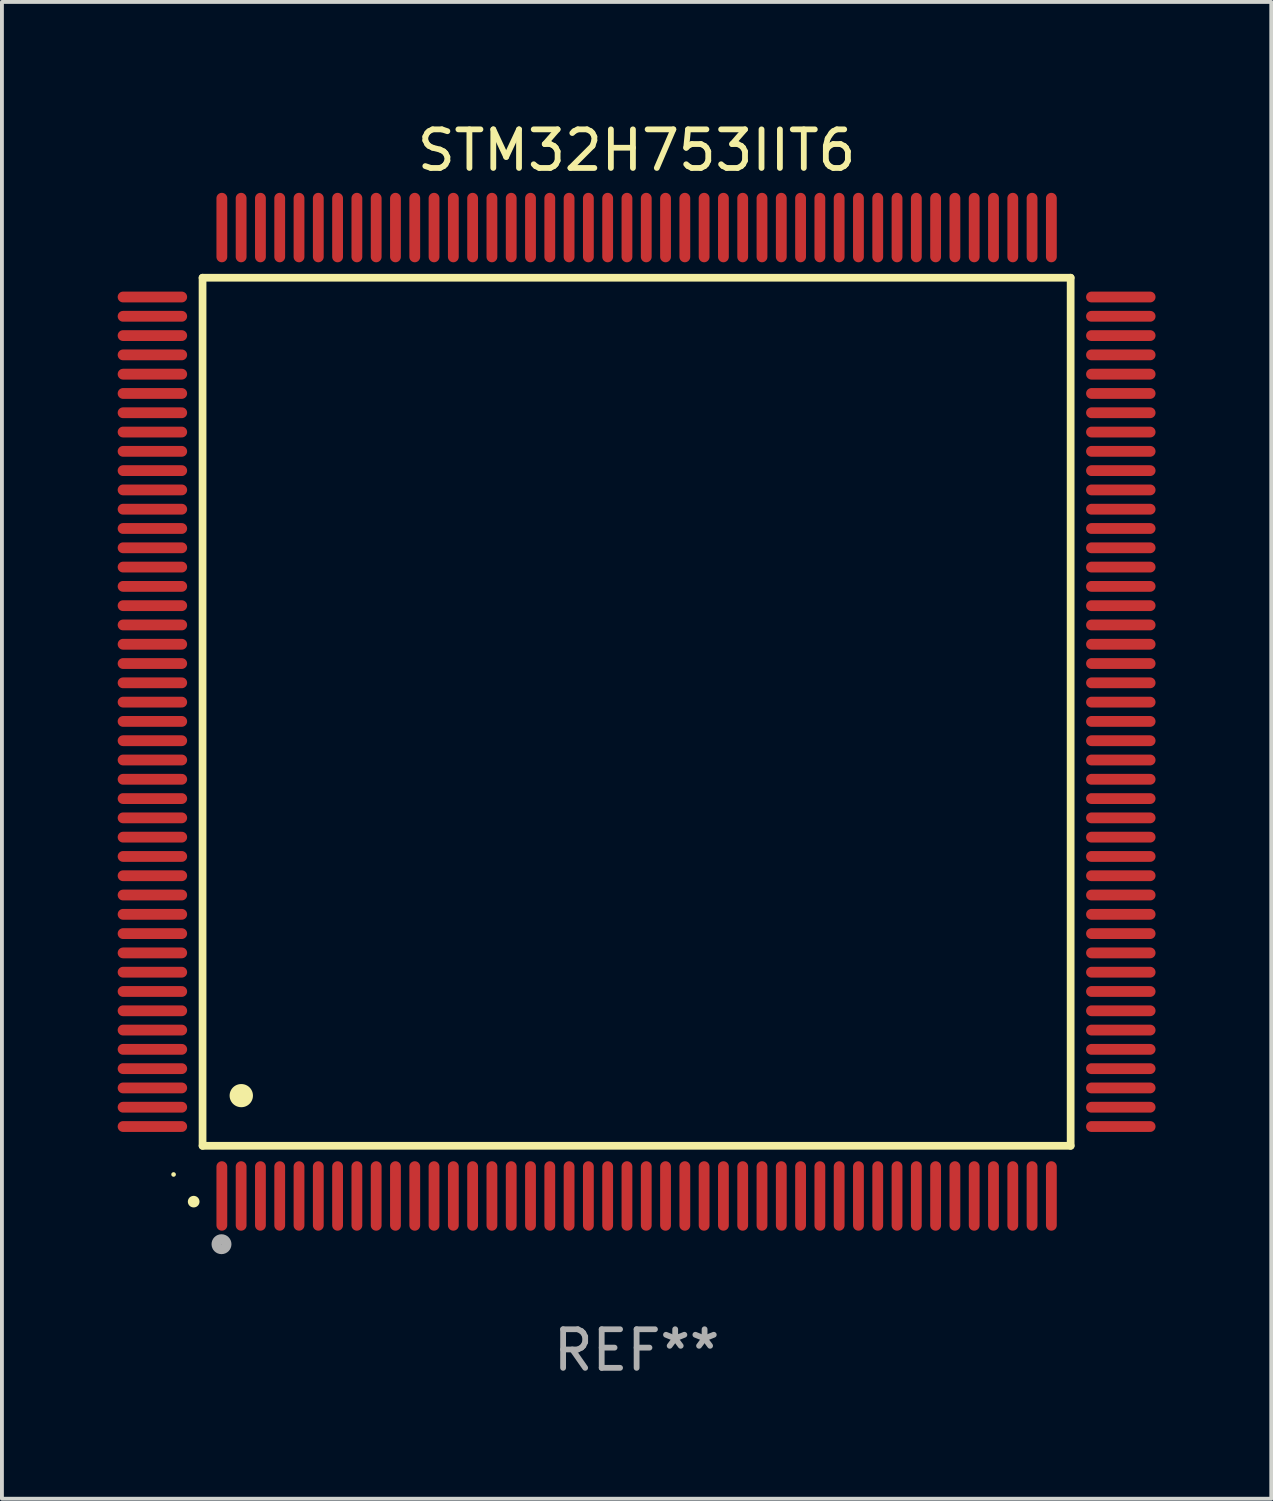
<source format=kicad_pcb>
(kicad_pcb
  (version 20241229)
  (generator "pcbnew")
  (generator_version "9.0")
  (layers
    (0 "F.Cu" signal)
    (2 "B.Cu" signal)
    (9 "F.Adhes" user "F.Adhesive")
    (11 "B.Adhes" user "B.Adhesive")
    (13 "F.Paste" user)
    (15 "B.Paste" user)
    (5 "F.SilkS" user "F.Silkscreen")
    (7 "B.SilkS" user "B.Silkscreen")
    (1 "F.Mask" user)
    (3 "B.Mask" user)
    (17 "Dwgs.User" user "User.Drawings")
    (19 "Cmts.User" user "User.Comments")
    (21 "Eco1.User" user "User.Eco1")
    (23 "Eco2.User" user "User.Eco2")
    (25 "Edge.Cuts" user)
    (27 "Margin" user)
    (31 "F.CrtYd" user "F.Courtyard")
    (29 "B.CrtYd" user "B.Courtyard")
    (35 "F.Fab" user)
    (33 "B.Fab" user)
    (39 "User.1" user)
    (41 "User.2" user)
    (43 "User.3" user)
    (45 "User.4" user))
  (footprint "STM32H753IIT6"
    (layer "F.Cu")
    (at 13.45 15.398)
    (property "Reference" "STM32H753IIT6" (at 0 -14.55 0) (layer "F.SilkS") (effects (font (size 1 1) (thickness 0.15))))
    (attr through_hole)
    (fp_line (start -11.25 -11.25) (end 11.25 -11.25) (stroke (width 0.2) (type solid)) (layer "F.SilkS"))
    (fp_line (start -11.25 11.25) (end -11.25 -11.25) (stroke (width 0.2) (type solid)) (layer "F.SilkS"))
    (fp_line (start 11.25 -11.25) (end 11.25 11.25) (stroke (width 0.2) (type solid)) (layer "F.SilkS"))
    (fp_line (start 11.25 11.25) (end -11.25 11.25) (stroke (width 0.2) (type solid)) (layer "F.SilkS"))
    (fp_arc (start -11.481382 12.697206) (mid -11.480112 12.697201) (end -11.478842 12.697206) (stroke (width 0.3) (type solid)) (layer "F.SilkS"))
    (fp_arc (start -10.24892 9.9492) (mid -10.24638 9.949189) (end -10.24384 9.9492) (stroke (width 0.6) (type solid)) (layer "F.SilkS"))
    (fp_circle (center -12.001 11.993) (end -11.971 11.993) (stroke (width 0.06) (type solid)) (fill no) (layer "F.SilkS"))
    (fp_circle (center -10.759 13.8) (end -10.628 13.8) (stroke (width 0.254) (type solid)) (fill no) (layer "F.Fab"))
    (fp_text user "REF**" (at 0 16.55 0) (layer "F.Fab") (effects (font (size 1 1) (thickness 0.15))))
    (pad "1" smd oval (at -10.75 12.55 180) (size 0.28 1.8) (layers "F.Cu" "F.Mask" "F.Paste"))
    (pad "2" smd oval (at -10.25 12.55 180) (size 0.28 1.8) (layers "F.Cu" "F.Mask" "F.Paste"))
    (pad "3" smd oval (at -9.75 12.55 180) (size 0.28 1.8) (layers "F.Cu" "F.Mask" "F.Paste"))
    (pad "4" smd oval (at -9.25 12.55 180) (size 0.28 1.8) (layers "F.Cu" "F.Mask" "F.Paste"))
    (pad "5" smd oval (at -8.75 12.55 180) (size 0.28 1.8) (layers "F.Cu" "F.Mask" "F.Paste"))
    (pad "6" smd oval (at -8.25 12.55 180) (size 0.28 1.8) (layers "F.Cu" "F.Mask" "F.Paste"))
    (pad "7" smd oval (at -7.75 12.55 180) (size 0.28 1.8) (layers "F.Cu" "F.Mask" "F.Paste"))
    (pad "8" smd oval (at -7.25 12.55 180) (size 0.28 1.8) (layers "F.Cu" "F.Mask" "F.Paste"))
    (pad "9" smd oval (at -6.75 12.55 180) (size 0.28 1.8) (layers "F.Cu" "F.Mask" "F.Paste"))
    (pad "10" smd oval (at -6.25 12.55 180) (size 0.28 1.8) (layers "F.Cu" "F.Mask" "F.Paste"))
    (pad "11" smd oval (at -5.75 12.55 180) (size 0.28 1.8) (layers "F.Cu" "F.Mask" "F.Paste"))
    (pad "12" smd oval (at -5.25 12.55 180) (size 0.28 1.8) (layers "F.Cu" "F.Mask" "F.Paste"))
    (pad "13" smd oval (at -4.75 12.55 180) (size 0.28 1.8) (layers "F.Cu" "F.Mask" "F.Paste"))
    (pad "14" smd oval (at -4.25 12.55 180) (size 0.28 1.8) (layers "F.Cu" "F.Mask" "F.Paste"))
    (pad "15" smd oval (at -3.75 12.55 180) (size 0.28 1.8) (layers "F.Cu" "F.Mask" "F.Paste"))
    (pad "16" smd oval (at -3.25 12.55 180) (size 0.28 1.8) (layers "F.Cu" "F.Mask" "F.Paste"))
    (pad "17" smd oval (at -2.75 12.55 180) (size 0.28 1.8) (layers "F.Cu" "F.Mask" "F.Paste"))
    (pad "18" smd oval (at -2.25 12.55 180) (size 0.28 1.8) (layers "F.Cu" "F.Mask" "F.Paste"))
    (pad "19" smd oval (at -1.75 12.55 180) (size 0.28 1.8) (layers "F.Cu" "F.Mask" "F.Paste"))
    (pad "20" smd oval (at -1.25 12.55 180) (size 0.28 1.8) (layers "F.Cu" "F.Mask" "F.Paste"))
    (pad "21" smd oval (at -0.75 12.55 180) (size 0.28 1.8) (layers "F.Cu" "F.Mask" "F.Paste"))
    (pad "22" smd oval (at -0.25 12.55 180) (size 0.28 1.8) (layers "F.Cu" "F.Mask" "F.Paste"))
    (pad "23" smd oval (at 0.25 12.55 180) (size 0.28 1.8) (layers "F.Cu" "F.Mask" "F.Paste"))
    (pad "24" smd oval (at 0.75 12.55 180) (size 0.28 1.8) (layers "F.Cu" "F.Mask" "F.Paste"))
    (pad "25" smd oval (at 1.25 12.55 180) (size 0.28 1.8) (layers "F.Cu" "F.Mask" "F.Paste"))
    (pad "26" smd oval (at 1.75 12.55 180) (size 0.28 1.8) (layers "F.Cu" "F.Mask" "F.Paste"))
    (pad "27" smd oval (at 2.25 12.55 180) (size 0.28 1.8) (layers "F.Cu" "F.Mask" "F.Paste"))
    (pad "28" smd oval (at 2.75 12.55 180) (size 0.28 1.8) (layers "F.Cu" "F.Mask" "F.Paste"))
    (pad "29" smd oval (at 3.25 12.55 180) (size 0.28 1.8) (layers "F.Cu" "F.Mask" "F.Paste"))
    (pad "30" smd oval (at 3.75 12.55 180) (size 0.28 1.8) (layers "F.Cu" "F.Mask" "F.Paste"))
    (pad "31" smd oval (at 4.25 12.55 180) (size 0.28 1.8) (layers "F.Cu" "F.Mask" "F.Paste"))
    (pad "32" smd oval (at 4.75 12.55 180) (size 0.28 1.8) (layers "F.Cu" "F.Mask" "F.Paste"))
    (pad "33" smd oval (at 5.25 12.55 180) (size 0.28 1.8) (layers "F.Cu" "F.Mask" "F.Paste"))
    (pad "34" smd oval (at 5.75 12.55 180) (size 0.28 1.8) (layers "F.Cu" "F.Mask" "F.Paste"))
    (pad "35" smd oval (at 6.25 12.55 180) (size 0.28 1.8) (layers "F.Cu" "F.Mask" "F.Paste"))
    (pad "36" smd oval (at 6.75 12.55 180) (size 0.28 1.8) (layers "F.Cu" "F.Mask" "F.Paste"))
    (pad "37" smd oval (at 7.25 12.55 180) (size 0.28 1.8) (layers "F.Cu" "F.Mask" "F.Paste"))
    (pad "38" smd oval (at 7.75 12.55 180) (size 0.28 1.8) (layers "F.Cu" "F.Mask" "F.Paste"))
    (pad "39" smd oval (at 8.25 12.55 180) (size 0.28 1.8) (layers "F.Cu" "F.Mask" "F.Paste"))
    (pad "40" smd oval (at 8.75 12.55 180) (size 0.28 1.8) (layers "F.Cu" "F.Mask" "F.Paste"))
    (pad "41" smd oval (at 9.25 12.55 180) (size 0.28 1.8) (layers "F.Cu" "F.Mask" "F.Paste"))
    (pad "42" smd oval (at 9.75 12.55 180) (size 0.28 1.8) (layers "F.Cu" "F.Mask" "F.Paste"))
    (pad "43" smd oval (at 10.25 12.55 180) (size 0.28 1.8) (layers "F.Cu" "F.Mask" "F.Paste"))
    (pad "44" smd oval (at 10.75 12.55 180) (size 0.28 1.8) (layers "F.Cu" "F.Mask" "F.Paste"))
    (pad "45" smd oval (at 12.55 10.75 90) (size 0.28 1.8) (layers "F.Cu" "F.Mask" "F.Paste"))
    (pad "46" smd oval (at 12.55 10.25 90) (size 0.28 1.8) (layers "F.Cu" "F.Mask" "F.Paste"))
    (pad "47" smd oval (at 12.55 9.75 90) (size 0.28 1.8) (layers "F.Cu" "F.Mask" "F.Paste"))
    (pad "48" smd oval (at 12.55 9.25 90) (size 0.28 1.8) (layers "F.Cu" "F.Mask" "F.Paste"))
    (pad "49" smd oval (at 12.55 8.75 90) (size 0.28 1.8) (layers "F.Cu" "F.Mask" "F.Paste"))
    (pad "50" smd oval (at 12.55 8.25 90) (size 0.28 1.8) (layers "F.Cu" "F.Mask" "F.Paste"))
    (pad "51" smd oval (at 12.55 7.75 90) (size 0.28 1.8) (layers "F.Cu" "F.Mask" "F.Paste"))
    (pad "52" smd oval (at 12.55 7.25 90) (size 0.28 1.8) (layers "F.Cu" "F.Mask" "F.Paste"))
    (pad "53" smd oval (at 12.55 6.75 90) (size 0.28 1.8) (layers "F.Cu" "F.Mask" "F.Paste"))
    (pad "54" smd oval (at 12.55 6.25 90) (size 0.28 1.8) (layers "F.Cu" "F.Mask" "F.Paste"))
    (pad "55" smd oval (at 12.55 5.75 90) (size 0.28 1.8) (layers "F.Cu" "F.Mask" "F.Paste"))
    (pad "56" smd oval (at 12.55 5.25 90) (size 0.28 1.8) (layers "F.Cu" "F.Mask" "F.Paste"))
    (pad "57" smd oval (at 12.55 4.75 90) (size 0.28 1.8) (layers "F.Cu" "F.Mask" "F.Paste"))
    (pad "58" smd oval (at 12.55 4.25 90) (size 0.28 1.8) (layers "F.Cu" "F.Mask" "F.Paste"))
    (pad "59" smd oval (at 12.55 3.75 90) (size 0.28 1.8) (layers "F.Cu" "F.Mask" "F.Paste"))
    (pad "60" smd oval (at 12.55 3.25 90) (size 0.28 1.8) (layers "F.Cu" "F.Mask" "F.Paste"))
    (pad "61" smd oval (at 12.55 2.75 90) (size 0.28 1.8) (layers "F.Cu" "F.Mask" "F.Paste"))
    (pad "62" smd oval (at 12.55 2.25 90) (size 0.28 1.8) (layers "F.Cu" "F.Mask" "F.Paste"))
    (pad "63" smd oval (at 12.55 1.75 90) (size 0.28 1.8) (layers "F.Cu" "F.Mask" "F.Paste"))
    (pad "64" smd oval (at 12.55 1.25 90) (size 0.28 1.8) (layers "F.Cu" "F.Mask" "F.Paste"))
    (pad "65" smd oval (at 12.55 0.75 90) (size 0.28 1.8) (layers "F.Cu" "F.Mask" "F.Paste"))
    (pad "66" smd oval (at 12.55 0.25 90) (size 0.28 1.8) (layers "F.Cu" "F.Mask" "F.Paste"))
    (pad "67" smd oval (at 12.55 -0.25 90) (size 0.28 1.8) (layers "F.Cu" "F.Mask" "F.Paste"))
    (pad "68" smd oval (at 12.55 -0.75 90) (size 0.28 1.8) (layers "F.Cu" "F.Mask" "F.Paste"))
    (pad "69" smd oval (at 12.55 -1.25 90) (size 0.28 1.8) (layers "F.Cu" "F.Mask" "F.Paste"))
    (pad "70" smd oval (at 12.55 -1.75 90) (size 0.28 1.8) (layers "F.Cu" "F.Mask" "F.Paste"))
    (pad "71" smd oval (at 12.55 -2.25 90) (size 0.28 1.8) (layers "F.Cu" "F.Mask" "F.Paste"))
    (pad "72" smd oval (at 12.55 -2.75 90) (size 0.28 1.8) (layers "F.Cu" "F.Mask" "F.Paste"))
    (pad "73" smd oval (at 12.55 -3.25 90) (size 0.28 1.8) (layers "F.Cu" "F.Mask" "F.Paste"))
    (pad "74" smd oval (at 12.55 -3.75 90) (size 0.28 1.8) (layers "F.Cu" "F.Mask" "F.Paste"))
    (pad "75" smd oval (at 12.55 -4.25 90) (size 0.28 1.8) (layers "F.Cu" "F.Mask" "F.Paste"))
    (pad "76" smd oval (at 12.55 -4.75 90) (size 0.28 1.8) (layers "F.Cu" "F.Mask" "F.Paste"))
    (pad "77" smd oval (at 12.55 -5.25 90) (size 0.28 1.8) (layers "F.Cu" "F.Mask" "F.Paste"))
    (pad "78" smd oval (at 12.55 -5.75 90) (size 0.28 1.8) (layers "F.Cu" "F.Mask" "F.Paste"))
    (pad "79" smd oval (at 12.55 -6.25 90) (size 0.28 1.8) (layers "F.Cu" "F.Mask" "F.Paste"))
    (pad "80" smd oval (at 12.55 -6.75 90) (size 0.28 1.8) (layers "F.Cu" "F.Mask" "F.Paste"))
    (pad "81" smd oval (at 12.55 -7.25 90) (size 0.28 1.8) (layers "F.Cu" "F.Mask" "F.Paste"))
    (pad "82" smd oval (at 12.55 -7.75 90) (size 0.28 1.8) (layers "F.Cu" "F.Mask" "F.Paste"))
    (pad "83" smd oval (at 12.55 -8.25 90) (size 0.28 1.8) (layers "F.Cu" "F.Mask" "F.Paste"))
    (pad "84" smd oval (at 12.55 -8.75 90) (size 0.28 1.8) (layers "F.Cu" "F.Mask" "F.Paste"))
    (pad "85" smd oval (at 12.55 -9.25 90) (size 0.28 1.8) (layers "F.Cu" "F.Mask" "F.Paste"))
    (pad "86" smd oval (at 12.55 -9.75 90) (size 0.28 1.8) (layers "F.Cu" "F.Mask" "F.Paste"))
    (pad "87" smd oval (at 12.55 -10.25 90) (size 0.28 1.8) (layers "F.Cu" "F.Mask" "F.Paste"))
    (pad "88" smd oval (at 12.55 -10.75 90) (size 0.28 1.8) (layers "F.Cu" "F.Mask" "F.Paste"))
    (pad "89" smd oval (at 10.75 -12.55 180) (size 0.28 1.8) (layers "F.Cu" "F.Mask" "F.Paste"))
    (pad "90" smd oval (at 10.25 -12.55 180) (size 0.28 1.8) (layers "F.Cu" "F.Mask" "F.Paste"))
    (pad "91" smd oval (at 9.75 -12.55 180) (size 0.28 1.8) (layers "F.Cu" "F.Mask" "F.Paste"))
    (pad "92" smd oval (at 9.25 -12.55 180) (size 0.28 1.8) (layers "F.Cu" "F.Mask" "F.Paste"))
    (pad "93" smd oval (at 8.75 -12.55 180) (size 0.28 1.8) (layers "F.Cu" "F.Mask" "F.Paste"))
    (pad "94" smd oval (at 8.25 -12.55 180) (size 0.28 1.8) (layers "F.Cu" "F.Mask" "F.Paste"))
    (pad "95" smd oval (at 7.75 -12.55 180) (size 0.28 1.8) (layers "F.Cu" "F.Mask" "F.Paste"))
    (pad "96" smd oval (at 7.25 -12.55 180) (size 0.28 1.8) (layers "F.Cu" "F.Mask" "F.Paste"))
    (pad "97" smd oval (at 6.75 -12.55 180) (size 0.28 1.8) (layers "F.Cu" "F.Mask" "F.Paste"))
    (pad "98" smd oval (at 6.25 -12.55 180) (size 0.28 1.8) (layers "F.Cu" "F.Mask" "F.Paste"))
    (pad "99" smd oval (at 5.75 -12.55 180) (size 0.28 1.8) (layers "F.Cu" "F.Mask" "F.Paste"))
    (pad "100" smd oval (at 5.25 -12.55 180) (size 0.28 1.8) (layers "F.Cu" "F.Mask" "F.Paste"))
    (pad "101" smd oval (at 4.75 -12.55 180) (size 0.28 1.8) (layers "F.Cu" "F.Mask" "F.Paste"))
    (pad "102" smd oval (at 4.25 -12.55 180) (size 0.28 1.8) (layers "F.Cu" "F.Mask" "F.Paste"))
    (pad "103" smd oval (at 3.75 -12.55 180) (size 0.28 1.8) (layers "F.Cu" "F.Mask" "F.Paste"))
    (pad "104" smd oval (at 3.25 -12.55 180) (size 0.28 1.8) (layers "F.Cu" "F.Mask" "F.Paste"))
    (pad "105" smd oval (at 2.75 -12.55 180) (size 0.28 1.8) (layers "F.Cu" "F.Mask" "F.Paste"))
    (pad "106" smd oval (at 2.25 -12.55 180) (size 0.28 1.8) (layers "F.Cu" "F.Mask" "F.Paste"))
    (pad "107" smd oval (at 1.75 -12.55 180) (size 0.28 1.8) (layers "F.Cu" "F.Mask" "F.Paste"))
    (pad "108" smd oval (at 1.25 -12.55 180) (size 0.28 1.8) (layers "F.Cu" "F.Mask" "F.Paste"))
    (pad "109" smd oval (at 0.75 -12.55 180) (size 0.28 1.8) (layers "F.Cu" "F.Mask" "F.Paste"))
    (pad "110" smd oval (at 0.25 -12.55 180) (size 0.28 1.8) (layers "F.Cu" "F.Mask" "F.Paste"))
    (pad "111" smd oval (at -0.25 -12.55 180) (size 0.28 1.8) (layers "F.Cu" "F.Mask" "F.Paste"))
    (pad "112" smd oval (at -0.75 -12.55 180) (size 0.28 1.8) (layers "F.Cu" "F.Mask" "F.Paste"))
    (pad "113" smd oval (at -1.25 -12.55 180) (size 0.28 1.8) (layers "F.Cu" "F.Mask" "F.Paste"))
    (pad "114" smd oval (at -1.75 -12.55 180) (size 0.28 1.8) (layers "F.Cu" "F.Mask" "F.Paste"))
    (pad "115" smd oval (at -2.25 -12.55 180) (size 0.28 1.8) (layers "F.Cu" "F.Mask" "F.Paste"))
    (pad "116" smd oval (at -2.75 -12.55 180) (size 0.28 1.8) (layers "F.Cu" "F.Mask" "F.Paste"))
    (pad "117" smd oval (at -3.25 -12.55 180) (size 0.28 1.8) (layers "F.Cu" "F.Mask" "F.Paste"))
    (pad "118" smd oval (at -3.75 -12.55 180) (size 0.28 1.8) (layers "F.Cu" "F.Mask" "F.Paste"))
    (pad "119" smd oval (at -4.25 -12.55 180) (size 0.28 1.8) (layers "F.Cu" "F.Mask" "F.Paste"))
    (pad "120" smd oval (at -4.75 -12.55 180) (size 0.28 1.8) (layers "F.Cu" "F.Mask" "F.Paste"))
    (pad "121" smd oval (at -5.25 -12.55 180) (size 0.28 1.8) (layers "F.Cu" "F.Mask" "F.Paste"))
    (pad "122" smd oval (at -5.75 -12.55 180) (size 0.28 1.8) (layers "F.Cu" "F.Mask" "F.Paste"))
    (pad "123" smd oval (at -6.25 -12.55 180) (size 0.28 1.8) (layers "F.Cu" "F.Mask" "F.Paste"))
    (pad "124" smd oval (at -6.75 -12.55 180) (size 0.28 1.8) (layers "F.Cu" "F.Mask" "F.Paste"))
    (pad "125" smd oval (at -7.25 -12.55 180) (size 0.28 1.8) (layers "F.Cu" "F.Mask" "F.Paste"))
    (pad "126" smd oval (at -7.75 -12.55 180) (size 0.28 1.8) (layers "F.Cu" "F.Mask" "F.Paste"))
    (pad "127" smd oval (at -8.25 -12.55 180) (size 0.28 1.8) (layers "F.Cu" "F.Mask" "F.Paste"))
    (pad "128" smd oval (at -8.75 -12.55 180) (size 0.28 1.8) (layers "F.Cu" "F.Mask" "F.Paste"))
    (pad "129" smd oval (at -9.25 -12.55 180) (size 0.28 1.8) (layers "F.Cu" "F.Mask" "F.Paste"))
    (pad "130" smd oval (at -9.75 -12.55 180) (size 0.28 1.8) (layers "F.Cu" "F.Mask" "F.Paste"))
    (pad "131" smd oval (at -10.25 -12.55 180) (size 0.28 1.8) (layers "F.Cu" "F.Mask" "F.Paste"))
    (pad "132" smd oval (at -10.75 -12.55 180) (size 0.28 1.8) (layers "F.Cu" "F.Mask" "F.Paste"))
    (pad "133" smd oval (at -12.55 -10.75 90) (size 0.28 1.8) (layers "F.Cu" "F.Mask" "F.Paste"))
    (pad "134" smd oval (at -12.55 -10.25 90) (size 0.28 1.8) (layers "F.Cu" "F.Mask" "F.Paste"))
    (pad "135" smd oval (at -12.55 -9.75 90) (size 0.28 1.8) (layers "F.Cu" "F.Mask" "F.Paste"))
    (pad "136" smd oval (at -12.55 -9.25 90) (size 0.28 1.8) (layers "F.Cu" "F.Mask" "F.Paste"))
    (pad "137" smd oval (at -12.55 -8.75 90) (size 0.28 1.8) (layers "F.Cu" "F.Mask" "F.Paste"))
    (pad "138" smd oval (at -12.55 -8.25 90) (size 0.28 1.8) (layers "F.Cu" "F.Mask" "F.Paste"))
    (pad "139" smd oval (at -12.55 -7.75 90) (size 0.28 1.8) (layers "F.Cu" "F.Mask" "F.Paste"))
    (pad "140" smd oval (at -12.55 -7.25 90) (size 0.28 1.8) (layers "F.Cu" "F.Mask" "F.Paste"))
    (pad "141" smd oval (at -12.55 -6.75 90) (size 0.28 1.8) (layers "F.Cu" "F.Mask" "F.Paste"))
    (pad "142" smd oval (at -12.55 -6.25 90) (size 0.28 1.8) (layers "F.Cu" "F.Mask" "F.Paste"))
    (pad "143" smd oval (at -12.55 -5.75 90) (size 0.28 1.8) (layers "F.Cu" "F.Mask" "F.Paste"))
    (pad "144" smd oval (at -12.55 -5.25 90) (size 0.28 1.8) (layers "F.Cu" "F.Mask" "F.Paste"))
    (pad "145" smd oval (at -12.55 -4.75 90) (size 0.28 1.8) (layers "F.Cu" "F.Mask" "F.Paste"))
    (pad "146" smd oval (at -12.55 -4.25 90) (size 0.28 1.8) (layers "F.Cu" "F.Mask" "F.Paste"))
    (pad "147" smd oval (at -12.55 -3.75 90) (size 0.28 1.8) (layers "F.Cu" "F.Mask" "F.Paste"))
    (pad "148" smd oval (at -12.55 -3.25 90) (size 0.28 1.8) (layers "F.Cu" "F.Mask" "F.Paste"))
    (pad "149" smd oval (at -12.55 -2.75 90) (size 0.28 1.8) (layers "F.Cu" "F.Mask" "F.Paste"))
    (pad "150" smd oval (at -12.55 -2.25 90) (size 0.28 1.8) (layers "F.Cu" "F.Mask" "F.Paste"))
    (pad "151" smd oval (at -12.55 -1.75 90) (size 0.28 1.8) (layers "F.Cu" "F.Mask" "F.Paste"))
    (pad "152" smd oval (at -12.55 -1.25 90) (size 0.28 1.8) (layers "F.Cu" "F.Mask" "F.Paste"))
    (pad "153" smd oval (at -12.55 -0.75 90) (size 0.28 1.8) (layers "F.Cu" "F.Mask" "F.Paste"))
    (pad "154" smd oval (at -12.55 -0.25 90) (size 0.28 1.8) (layers "F.Cu" "F.Mask" "F.Paste"))
    (pad "155" smd oval (at -12.55 0.25 90) (size 0.28 1.8) (layers "F.Cu" "F.Mask" "F.Paste"))
    (pad "156" smd oval (at -12.55 0.75 90) (size 0.28 1.8) (layers "F.Cu" "F.Mask" "F.Paste"))
    (pad "157" smd oval (at -12.55 1.25 90) (size 0.28 1.8) (layers "F.Cu" "F.Mask" "F.Paste"))
    (pad "158" smd oval (at -12.55 1.75 90) (size 0.28 1.8) (layers "F.Cu" "F.Mask" "F.Paste"))
    (pad "159" smd oval (at -12.55 2.25 90) (size 0.28 1.8) (layers "F.Cu" "F.Mask" "F.Paste"))
    (pad "160" smd oval (at -12.55 2.75 90) (size 0.28 1.8) (layers "F.Cu" "F.Mask" "F.Paste"))
    (pad "161" smd oval (at -12.55 3.25 90) (size 0.28 1.8) (layers "F.Cu" "F.Mask" "F.Paste"))
    (pad "162" smd oval (at -12.55 3.75 90) (size 0.28 1.8) (layers "F.Cu" "F.Mask" "F.Paste"))
    (pad "163" smd oval (at -12.55 4.25 90) (size 0.28 1.8) (layers "F.Cu" "F.Mask" "F.Paste"))
    (pad "164" smd oval (at -12.55 4.75 90) (size 0.28 1.8) (layers "F.Cu" "F.Mask" "F.Paste"))
    (pad "165" smd oval (at -12.55 5.25 90) (size 0.28 1.8) (layers "F.Cu" "F.Mask" "F.Paste"))
    (pad "166" smd oval (at -12.55 5.75 90) (size 0.28 1.8) (layers "F.Cu" "F.Mask" "F.Paste"))
    (pad "167" smd oval (at -12.55 6.25 90) (size 0.28 1.8) (layers "F.Cu" "F.Mask" "F.Paste"))
    (pad "168" smd oval (at -12.55 6.75 90) (size 0.28 1.8) (layers "F.Cu" "F.Mask" "F.Paste"))
    (pad "169" smd oval (at -12.55 7.25 90) (size 0.28 1.8) (layers "F.Cu" "F.Mask" "F.Paste"))
    (pad "170" smd oval (at -12.55 7.75 90) (size 0.28 1.8) (layers "F.Cu" "F.Mask" "F.Paste"))
    (pad "171" smd oval (at -12.55 8.25 90) (size 0.28 1.8) (layers "F.Cu" "F.Mask" "F.Paste"))
    (pad "172" smd oval (at -12.55 8.75 90) (size 0.28 1.8) (layers "F.Cu" "F.Mask" "F.Paste"))
    (pad "173" smd oval (at -12.55 9.25 90) (size 0.28 1.8) (layers "F.Cu" "F.Mask" "F.Paste"))
    (pad "174" smd oval (at -12.55 9.75 90) (size 0.28 1.8) (layers "F.Cu" "F.Mask" "F.Paste"))
    (pad "175" smd oval (at -12.55 10.25 90) (size 0.28 1.8) (layers "F.Cu" "F.Mask" "F.Paste"))
    (pad "176" smd oval (at -12.55 10.75 90) (size 0.28 1.8) (layers "F.Cu" "F.Mask" "F.Paste")))
  (gr_rect
    (start -3 -3)
    (end 29.9 35.796)
    (stroke (width 0.1) (type default))
    (fill no)
    (layer "Edge.Cuts")))
</source>
